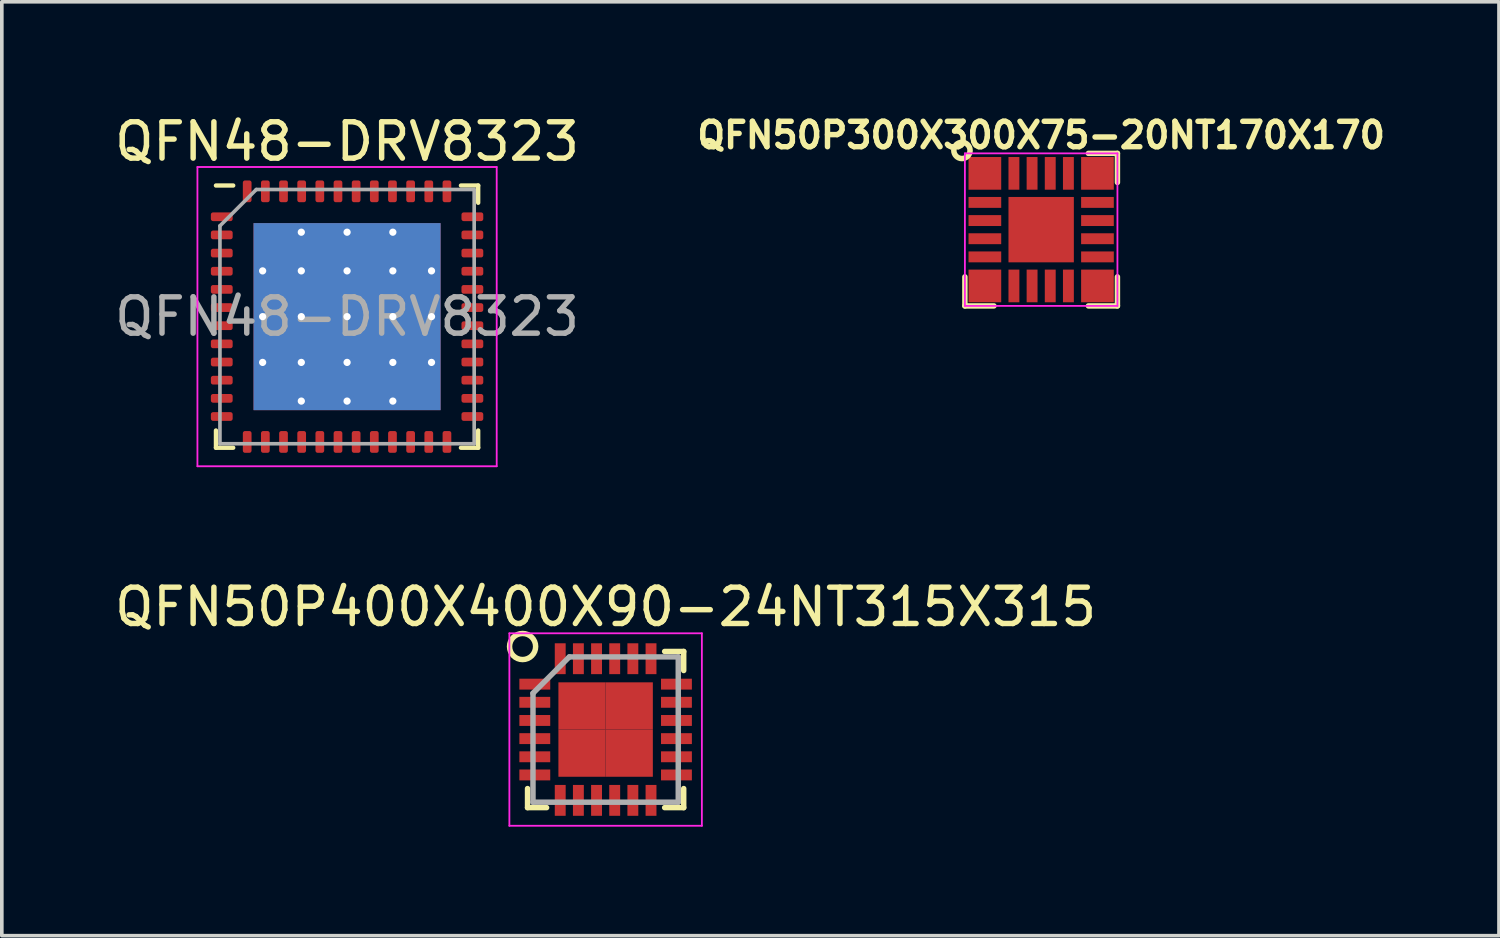
<source format=kicad_pcb>
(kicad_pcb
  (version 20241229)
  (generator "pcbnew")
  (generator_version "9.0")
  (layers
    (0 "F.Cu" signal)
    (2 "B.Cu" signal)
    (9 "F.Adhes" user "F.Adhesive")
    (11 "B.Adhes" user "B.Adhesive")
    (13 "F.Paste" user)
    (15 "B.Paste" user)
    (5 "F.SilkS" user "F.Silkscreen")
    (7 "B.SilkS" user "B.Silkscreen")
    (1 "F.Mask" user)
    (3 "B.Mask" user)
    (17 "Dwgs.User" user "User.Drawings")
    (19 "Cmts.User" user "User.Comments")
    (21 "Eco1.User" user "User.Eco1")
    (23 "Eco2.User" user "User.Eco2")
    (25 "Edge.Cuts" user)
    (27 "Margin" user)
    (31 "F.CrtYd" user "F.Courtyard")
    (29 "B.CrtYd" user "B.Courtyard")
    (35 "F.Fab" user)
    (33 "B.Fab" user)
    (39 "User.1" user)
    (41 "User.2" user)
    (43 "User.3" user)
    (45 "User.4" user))
  (footprint "QFN50P300X300X75-20NT170X170"
    (layer "F.Cu")
    (at 25.617 3.273)
    (property "Reference" "QFN50P300X300X75-20NT170X170" (at 0 -2.6 0) (layer "F.SilkS") (effects (font (size 0.7 0.7) (thickness 0.15))))
    (attr smd)
    (fp_line (start -2.1 2.1) (end -2.1 1.3) (stroke (width 0.15) (type solid)) (layer "F.SilkS"))
    (fp_line (start -2.1 2.1) (end -1.3 2.1) (stroke (width 0.15) (type solid)) (layer "F.SilkS"))
    (fp_line (start 2.1 -2.1) (end 1.3 -2.1) (stroke (width 0.15) (type solid)) (layer "F.SilkS"))
    (fp_line (start 2.1 -2.1) (end 2.1 -1.3) (stroke (width 0.15) (type solid)) (layer "F.SilkS"))
    (fp_line (start 2.1 2.1) (end 1.3 2.1) (stroke (width 0.15) (type solid)) (layer "F.SilkS"))
    (fp_line (start 2.1 2.1) (end 2.1 1.3) (stroke (width 0.15) (type solid)) (layer "F.SilkS"))
    (fp_circle (center -2.181 -2.181) (end -2.081 -1.981) (stroke (width 0.152) (type solid)) (fill no) (layer "F.SilkS"))
    (fp_line (start -2.1 -2.1) (end -2.1 2.1) (stroke (width 0.05) (type solid)) (layer "F.CrtYd"))
    (fp_line (start -2.1 -2.1) (end 2.1 -2.1) (stroke (width 0.05) (type solid)) (layer "F.CrtYd"))
    (fp_line (start -2.1 2.1) (end 2.1 2.1) (stroke (width 0.05) (type solid)) (layer "F.CrtYd"))
    (fp_line (start 2.1 -2.1) (end 2.1 2.1) (stroke (width 0.05) (type solid)) (layer "F.CrtYd"))
    (pad "1" smd rect (at -1.55 -1.55) (size 0.9 0.9) (layers "F.Cu" "F.Mask" "F.Paste"))
    (pad "2" smd rect (at -1.55 -0.75) (size 0.9 0.3) (layers "F.Cu" "F.Mask" "F.Paste"))
    (pad "3" smd rect (at -1.55 -0.25) (size 0.9 0.3) (layers "F.Cu" "F.Mask" "F.Paste"))
    (pad "4" smd rect (at -1.55 0.25) (size 0.9 0.3) (layers "F.Cu" "F.Mask" "F.Paste"))
    (pad "5" smd rect (at -1.55 0.75) (size 0.9 0.3) (layers "F.Cu" "F.Mask" "F.Paste"))
    (pad "6" smd rect (at -1.55 1.55) (size 0.9 0.9) (layers "F.Cu" "F.Mask" "F.Paste"))
    (pad "7" smd rect (at -0.75 1.55) (size 0.3 0.9) (layers "F.Cu" "F.Mask" "F.Paste"))
    (pad "8" smd rect (at -0.25 1.55) (size 0.3 0.9) (layers "F.Cu" "F.Mask" "F.Paste"))
    (pad "9" smd rect (at 0.25 1.55) (size 0.3 0.9) (layers "F.Cu" "F.Mask" "F.Paste"))
    (pad "10" smd rect (at 0.75 1.55) (size 0.3 0.9) (layers "F.Cu" "F.Mask" "F.Paste"))
    (pad "11" smd rect (at 1.55 1.55) (size 0.9 0.9) (layers "F.Cu" "F.Mask" "F.Paste"))
    (pad "12" smd rect (at 1.55 0.75) (size 0.9 0.3) (layers "F.Cu" "F.Mask" "F.Paste"))
    (pad "13" smd rect (at 1.55 0.25) (size 0.9 0.3) (layers "F.Cu" "F.Mask" "F.Paste"))
    (pad "14" smd rect (at 1.55 -0.25) (size 0.9 0.3) (layers "F.Cu" "F.Mask" "F.Paste"))
    (pad "15" smd rect (at 1.55 -0.75) (size 0.9 0.3) (layers "F.Cu" "F.Mask" "F.Paste"))
    (pad "16" smd rect (at 1.55 -1.55) (size 0.9 0.9) (layers "F.Cu" "F.Mask" "F.Paste"))
    (pad "17" smd rect (at 0.75 -1.55) (size 0.3 0.9) (layers "F.Cu" "F.Mask" "F.Paste"))
    (pad "18" smd rect (at 0.25 -1.55) (size 0.3 0.9) (layers "F.Cu" "F.Mask" "F.Paste"))
    (pad "19" smd rect (at -0.25 -1.55) (size 0.3 0.9) (layers "F.Cu" "F.Mask" "F.Paste"))
    (pad "20" smd rect (at -0.75 -1.55) (size 0.3 0.9) (layers "F.Cu" "F.Mask" "F.Paste"))
    (pad "21" smd rect (at 0 0) (size 1.8 1.8) (layers "F.Cu" "F.Mask" "F.Paste")))
  (footprint "QFN50P400X400X90-24NT315X315"
    (layer "F.Cu")
    (at 13.625 17.037)
    (property "Reference" "QFN50P400X400X90-24NT315X315" (at 0 -3.375 0) (layer "F.SilkS") (effects (font (size 1 1) (thickness 0.15))))
    (attr smd)
    (fp_line (start -2.15 2.15) (end -2.15 1.625) (stroke (width 0.15) (type solid)) (layer "F.SilkS"))
    (fp_line (start -2.15 2.15) (end -1.625 2.15) (stroke (width 0.15) (type solid)) (layer "F.SilkS"))
    (fp_line (start 2.15 -2.15) (end 1.625 -2.15) (stroke (width 0.15) (type solid)) (layer "F.SilkS"))
    (fp_line (start 2.15 -2.15) (end 2.15 -1.625) (stroke (width 0.15) (type solid)) (layer "F.SilkS"))
    (fp_line (start 2.15 2.15) (end 1.625 2.15) (stroke (width 0.15) (type solid)) (layer "F.SilkS"))
    (fp_line (start 2.15 2.15) (end 2.15 1.625) (stroke (width 0.15) (type solid)) (layer "F.SilkS"))
    (fp_circle (center -2.286 -2.286) (end -2.032 -2.032) (stroke (width 0.15) (type solid)) (fill no) (layer "F.SilkS"))
    (fp_line (start -2.65 -2.65) (end -2.65 2.65) (stroke (width 0.05) (type solid)) (layer "F.CrtYd"))
    (fp_line (start -2.65 -2.65) (end 2.65 -2.65) (stroke (width 0.05) (type solid)) (layer "F.CrtYd"))
    (fp_line (start -2.65 2.65) (end 2.65 2.65) (stroke (width 0.05) (type solid)) (layer "F.CrtYd"))
    (fp_line (start 2.65 -2.65) (end 2.65 2.65) (stroke (width 0.05) (type solid)) (layer "F.CrtYd"))
    (fp_line (start -2 -1) (end -1 -2) (stroke (width 0.15) (type solid)) (layer "F.Fab"))
    (fp_line (start -2 2) (end -2 -1) (stroke (width 0.15) (type solid)) (layer "F.Fab"))
    (fp_line (start -1 -2) (end 2 -2) (stroke (width 0.15) (type solid)) (layer "F.Fab"))
    (fp_line (start 2 -2) (end 2 2) (stroke (width 0.15) (type solid)) (layer "F.Fab"))
    (fp_line (start 2 2) (end -2 2) (stroke (width 0.15) (type solid)) (layer "F.Fab"))
    (pad "1" smd rect (at -1.95 -1.25) (size 0.85 0.3) (layers "F.Cu" "F.Mask" "F.Paste"))
    (pad "2" smd rect (at -1.95 -0.75) (size 0.85 0.3) (layers "F.Cu" "F.Mask" "F.Paste"))
    (pad "3" smd rect (at -1.95 -0.25) (size 0.85 0.3) (layers "F.Cu" "F.Mask" "F.Paste"))
    (pad "4" smd rect (at -1.95 0.25) (size 0.85 0.3) (layers "F.Cu" "F.Mask" "F.Paste"))
    (pad "5" smd rect (at -1.95 0.75) (size 0.85 0.3) (layers "F.Cu" "F.Mask" "F.Paste"))
    (pad "6" smd rect (at -1.95 1.25) (size 0.85 0.3) (layers "F.Cu" "F.Mask" "F.Paste"))
    (pad "7" smd rect (at -1.25 1.95 90) (size 0.85 0.3) (layers "F.Cu" "F.Mask" "F.Paste"))
    (pad "8" smd rect (at -0.75 1.95 90) (size 0.85 0.3) (layers "F.Cu" "F.Mask" "F.Paste"))
    (pad "9" smd rect (at -0.25 1.95 90) (size 0.85 0.3) (layers "F.Cu" "F.Mask" "F.Paste"))
    (pad "10" smd rect (at 0.25 1.95 90) (size 0.85 0.3) (layers "F.Cu" "F.Mask" "F.Paste"))
    (pad "11" smd rect (at 0.75 1.95 90) (size 0.85 0.3) (layers "F.Cu" "F.Mask" "F.Paste"))
    (pad "12" smd rect (at 1.25 1.95 90) (size 0.85 0.3) (layers "F.Cu" "F.Mask" "F.Paste"))
    (pad "13" smd rect (at 1.95 1.25) (size 0.85 0.3) (layers "F.Cu" "F.Mask" "F.Paste"))
    (pad "14" smd rect (at 1.95 0.75) (size 0.85 0.3) (layers "F.Cu" "F.Mask" "F.Paste"))
    (pad "15" smd rect (at 1.95 0.25) (size 0.85 0.3) (layers "F.Cu" "F.Mask" "F.Paste"))
    (pad "16" smd rect (at 1.95 -0.25) (size 0.85 0.3) (layers "F.Cu" "F.Mask" "F.Paste"))
    (pad "17" smd rect (at 1.95 -0.75) (size 0.85 0.3) (layers "F.Cu" "F.Mask" "F.Paste"))
    (pad "18" smd rect (at 1.95 -1.25) (size 0.85 0.3) (layers "F.Cu" "F.Mask" "F.Paste"))
    (pad "19" smd rect (at 1.25 -1.95 90) (size 0.85 0.3) (layers "F.Cu" "F.Mask" "F.Paste"))
    (pad "20" smd rect (at 0.75 -1.95 90) (size 0.85 0.3) (layers "F.Cu" "F.Mask" "F.Paste"))
    (pad "21" smd rect (at 0.25 -1.95 90) (size 0.85 0.3) (layers "F.Cu" "F.Mask" "F.Paste"))
    (pad "22" smd rect (at -0.25 -1.95 90) (size 0.85 0.3) (layers "F.Cu" "F.Mask" "F.Paste"))
    (pad "23" smd rect (at -0.75 -1.95 90) (size 0.85 0.3) (layers "F.Cu" "F.Mask" "F.Paste"))
    (pad "24" smd rect (at -1.25 -1.95 90) (size 0.85 0.3) (layers "F.Cu" "F.Mask" "F.Paste"))
    (pad "25" smd rect (at -0.65 -0.65) (size 1.3 1.3) (layers "F.Cu" "F.Mask" "F.Paste"))
    (pad "25" smd rect (at -0.65 0.65) (size 1.3 1.3) (layers "F.Cu" "F.Mask" "F.Paste"))
    (pad "25" smd rect (at 0.65 -0.65) (size 1.3 1.3) (layers "F.Cu" "F.Mask" "F.Paste"))
    (pad "25" smd rect (at 0.65 0.65) (size 1.3 1.3) (layers "F.Cu" "F.Mask" "F.Paste")))
  (footprint "QFN48-DRV8323"
    (layer "F.Cu")
    (at 6.506 5.668)
    (property "Reference" "QFN48-DRV8323" (at 0 -4.82 0) (layer "F.SilkS") (effects (font (size 1 1) (thickness 0.15))))
    (attr smd)
    (fp_line (start -3.61 3.61) (end -3.61 3.135) (stroke (width 0.12) (type solid)) (layer "F.SilkS"))
    (fp_line (start -3.135 -3.61) (end -3.61 -3.61) (stroke (width 0.12) (type solid)) (layer "F.SilkS"))
    (fp_line (start -3.135 3.61) (end -3.61 3.61) (stroke (width 0.12) (type solid)) (layer "F.SilkS"))
    (fp_line (start 3.135 -3.61) (end 3.61 -3.61) (stroke (width 0.12) (type solid)) (layer "F.SilkS"))
    (fp_line (start 3.135 3.61) (end 3.61 3.61) (stroke (width 0.12) (type solid)) (layer "F.SilkS"))
    (fp_line (start 3.61 -3.61) (end 3.61 -3.135) (stroke (width 0.12) (type solid)) (layer "F.SilkS"))
    (fp_line (start 3.61 3.61) (end 3.61 3.135) (stroke (width 0.12) (type solid)) (layer "F.SilkS"))
    (fp_line (start -4.12 -4.12) (end -4.12 4.12) (stroke (width 0.05) (type solid)) (layer "F.CrtYd"))
    (fp_line (start -4.12 4.12) (end 4.12 4.12) (stroke (width 0.05) (type solid)) (layer "F.CrtYd"))
    (fp_line (start 4.12 -4.12) (end -4.12 -4.12) (stroke (width 0.05) (type solid)) (layer "F.CrtYd"))
    (fp_line (start 4.12 4.12) (end 4.12 -4.12) (stroke (width 0.05) (type solid)) (layer "F.CrtYd"))
    (fp_line (start -3.5 -2.5) (end -2.5 -3.5) (stroke (width 0.1) (type solid)) (layer "F.Fab"))
    (fp_line (start -3.5 3.5) (end -3.5 -2.5) (stroke (width 0.1) (type solid)) (layer "F.Fab"))
    (fp_line (start -2.5 -3.5) (end 3.5 -3.5) (stroke (width 0.1) (type solid)) (layer "F.Fab"))
    (fp_line (start 3.5 -3.5) (end 3.5 3.5) (stroke (width 0.1) (type solid)) (layer "F.Fab"))
    (fp_line (start 3.5 3.5) (end -3.5 3.5) (stroke (width 0.1) (type solid)) (layer "F.Fab"))
    (fp_text user "${REFERENCE}" (at 0 0 0) (layer "F.Fab") (effects (font (size 1 1) (thickness 0.15))))
    (pad "" smd roundrect (at -1.792 -1.792) (size 0.85 0.85) (layers "F.Paste") (roundrect_rratio 0.228))
    (pad "" smd roundrect (at -1.792 -0.619) (size 0.85 0.85) (layers "F.Paste") (roundrect_rratio 0.228))
    (pad "" smd roundrect (at -1.792 0.619) (size 0.85 0.85) (layers "F.Paste") (roundrect_rratio 0.228))
    (pad "" smd roundrect (at -1.792 1.792) (size 0.85 0.85) (layers "F.Paste") (roundrect_rratio 0.228))
    (pad "" smd roundrect (at -0.63 -0.63) (size 1 1) (layers "F.Paste") (roundrect_rratio 0.228))
    (pad "" smd roundrect (at -0.63 0.63) (size 1 1) (layers "F.Paste") (roundrect_rratio 0.228))
    (pad "" smd roundrect (at -0.619 -1.792) (size 0.85 0.85) (layers "F.Paste") (roundrect_rratio 0.228))
    (pad "" smd roundrect (at -0.619 1.792) (size 0.85 0.85) (layers "F.Paste") (roundrect_rratio 0.228))
    (pad "" smd roundrect (at 0.619 -1.792) (size 0.85 0.85) (layers "F.Paste") (roundrect_rratio 0.228))
    (pad "" smd roundrect (at 0.619 1.792) (size 0.85 0.85) (layers "F.Paste") (roundrect_rratio 0.228))
    (pad "" smd roundrect (at 0.63 -0.63) (size 1 1) (layers "F.Paste") (roundrect_rratio 0.228))
    (pad "" smd roundrect (at 0.63 0.63) (size 1 1) (layers "F.Paste") (roundrect_rratio 0.228))
    (pad "" smd roundrect (at 1.792 -1.792) (size 0.85 0.85) (layers "F.Paste") (roundrect_rratio 0.228))
    (pad "" smd roundrect (at 1.792 -0.619) (size 0.85 0.85) (layers "F.Paste") (roundrect_rratio 0.228))
    (pad "" smd roundrect (at 1.792 0.619) (size 0.85 0.85) (layers "F.Paste") (roundrect_rratio 0.228))
    (pad "" smd roundrect (at 1.792 1.792) (size 0.85 0.85) (layers "F.Paste") (roundrect_rratio 0.228))
    (pad "1" smd roundrect (at -3.45 -2.75) (size 0.6 0.24) (layers "F.Cu" "F.Mask" "F.Paste") (roundrect_rratio 0.25))
    (pad "2" smd roundrect (at -3.45 -2.25) (size 0.6 0.24) (layers "F.Cu" "F.Mask" "F.Paste") (roundrect_rratio 0.25))
    (pad "3" smd roundrect (at -3.45 -1.75) (size 0.6 0.24) (layers "F.Cu" "F.Mask" "F.Paste") (roundrect_rratio 0.25))
    (pad "4" smd roundrect (at -3.45 -1.25) (size 0.6 0.24) (layers "F.Cu" "F.Mask" "F.Paste") (roundrect_rratio 0.25))
    (pad "5" smd roundrect (at -3.45 -0.75) (size 0.6 0.24) (layers "F.Cu" "F.Mask" "F.Paste") (roundrect_rratio 0.25))
    (pad "6" smd roundrect (at -3.45 -0.25) (size 0.6 0.24) (layers "F.Cu" "F.Mask" "F.Paste") (roundrect_rratio 0.25))
    (pad "7" smd roundrect (at -3.45 0.25) (size 0.6 0.24) (layers "F.Cu" "F.Mask" "F.Paste") (roundrect_rratio 0.25))
    (pad "8" smd roundrect (at -3.45 0.75) (size 0.6 0.24) (layers "F.Cu" "F.Mask" "F.Paste") (roundrect_rratio 0.25))
    (pad "9" smd roundrect (at -3.45 1.25) (size 0.6 0.24) (layers "F.Cu" "F.Mask" "F.Paste") (roundrect_rratio 0.25))
    (pad "10" smd roundrect (at -3.45 1.75) (size 0.6 0.24) (layers "F.Cu" "F.Mask" "F.Paste") (roundrect_rratio 0.25))
    (pad "11" smd roundrect (at -3.45 2.25) (size 0.6 0.24) (layers "F.Cu" "F.Mask" "F.Paste") (roundrect_rratio 0.25))
    (pad "12" smd roundrect (at -3.45 2.75) (size 0.6 0.24) (layers "F.Cu" "F.Mask" "F.Paste") (roundrect_rratio 0.25))
    (pad "13" smd roundrect (at -2.75 3.45) (size 0.24 0.6) (layers "F.Cu" "F.Mask" "F.Paste") (roundrect_rratio 0.25))
    (pad "14" smd roundrect (at -2.25 3.45) (size 0.24 0.6) (layers "F.Cu" "F.Mask" "F.Paste") (roundrect_rratio 0.25))
    (pad "15" smd roundrect (at -1.75 3.45) (size 0.24 0.6) (layers "F.Cu" "F.Mask" "F.Paste") (roundrect_rratio 0.25))
    (pad "16" smd roundrect (at -1.25 3.45) (size 0.24 0.6) (layers "F.Cu" "F.Mask" "F.Paste") (roundrect_rratio 0.25))
    (pad "17" smd roundrect (at -0.75 3.45) (size 0.24 0.6) (layers "F.Cu" "F.Mask" "F.Paste") (roundrect_rratio 0.25))
    (pad "18" smd roundrect (at -0.25 3.45) (size 0.24 0.6) (layers "F.Cu" "F.Mask" "F.Paste") (roundrect_rratio 0.25))
    (pad "19" smd roundrect (at 0.25 3.45) (size 0.24 0.6) (layers "F.Cu" "F.Mask" "F.Paste") (roundrect_rratio 0.25))
    (pad "20" smd roundrect (at 0.75 3.45) (size 0.24 0.6) (layers "F.Cu" "F.Mask" "F.Paste") (roundrect_rratio 0.25))
    (pad "21" smd roundrect (at 1.25 3.45) (size 0.24 0.6) (layers "F.Cu" "F.Mask" "F.Paste") (roundrect_rratio 0.25))
    (pad "22" smd roundrect (at 1.75 3.45) (size 0.24 0.6) (layers "F.Cu" "F.Mask" "F.Paste") (roundrect_rratio 0.25))
    (pad "23" smd roundrect (at 2.25 3.45) (size 0.24 0.6) (layers "F.Cu" "F.Mask" "F.Paste") (roundrect_rratio 0.25))
    (pad "24" smd roundrect (at 2.75 3.45) (size 0.24 0.6) (layers "F.Cu" "F.Mask" "F.Paste") (roundrect_rratio 0.25))
    (pad "25" smd roundrect (at 3.45 2.75) (size 0.6 0.24) (layers "F.Cu" "F.Mask" "F.Paste") (roundrect_rratio 0.25))
    (pad "26" smd roundrect (at 3.45 2.25) (size 0.6 0.24) (layers "F.Cu" "F.Mask" "F.Paste") (roundrect_rratio 0.25))
    (pad "27" smd roundrect (at 3.45 1.75) (size 0.6 0.24) (layers "F.Cu" "F.Mask" "F.Paste") (roundrect_rratio 0.25))
    (pad "28" smd roundrect (at 3.45 1.25) (size 0.6 0.24) (layers "F.Cu" "F.Mask" "F.Paste") (roundrect_rratio 0.25))
    (pad "29" smd roundrect (at 3.45 0.75) (size 0.6 0.24) (layers "F.Cu" "F.Mask" "F.Paste") (roundrect_rratio 0.25))
    (pad "30" smd roundrect (at 3.45 0.25) (size 0.6 0.24) (layers "F.Cu" "F.Mask" "F.Paste") (roundrect_rratio 0.25))
    (pad "31" smd roundrect (at 3.45 -0.25) (size 0.6 0.24) (layers "F.Cu" "F.Mask" "F.Paste") (roundrect_rratio 0.25))
    (pad "32" smd roundrect (at 3.45 -0.75) (size 0.6 0.24) (layers "F.Cu" "F.Mask" "F.Paste") (roundrect_rratio 0.25))
    (pad "33" smd roundrect (at 3.45 -1.25) (size 0.6 0.24) (layers "F.Cu" "F.Mask" "F.Paste") (roundrect_rratio 0.25))
    (pad "34" smd roundrect (at 3.45 -1.75) (size 0.6 0.24) (layers "F.Cu" "F.Mask" "F.Paste") (roundrect_rratio 0.25))
    (pad "35" smd roundrect (at 3.45 -2.25) (size 0.6 0.24) (layers "F.Cu" "F.Mask" "F.Paste") (roundrect_rratio 0.25))
    (pad "36" smd roundrect (at 3.45 -2.75) (size 0.6 0.24) (layers "F.Cu" "F.Mask" "F.Paste") (roundrect_rratio 0.25))
    (pad "37" smd roundrect (at 2.75 -3.45) (size 0.24 0.6) (layers "F.Cu" "F.Mask" "F.Paste") (roundrect_rratio 0.25))
    (pad "38" smd roundrect (at 2.25 -3.45) (size 0.24 0.6) (layers "F.Cu" "F.Mask" "F.Paste") (roundrect_rratio 0.25))
    (pad "39" smd roundrect (at 1.75 -3.45) (size 0.24 0.6) (layers "F.Cu" "F.Mask" "F.Paste") (roundrect_rratio 0.25))
    (pad "40" smd roundrect (at 1.25 -3.45) (size 0.24 0.6) (layers "F.Cu" "F.Mask" "F.Paste") (roundrect_rratio 0.25))
    (pad "41" smd roundrect (at 0.75 -3.45) (size 0.24 0.6) (layers "F.Cu" "F.Mask" "F.Paste") (roundrect_rratio 0.25))
    (pad "42" smd roundrect (at 0.25 -3.45) (size 0.24 0.6) (layers "F.Cu" "F.Mask" "F.Paste") (roundrect_rratio 0.25))
    (pad "43" smd roundrect (at -0.25 -3.45) (size 0.24 0.6) (layers "F.Cu" "F.Mask" "F.Paste") (roundrect_rratio 0.25))
    (pad "44" smd roundrect (at -0.75 -3.45) (size 0.24 0.6) (layers "F.Cu" "F.Mask" "F.Paste") (roundrect_rratio 0.25))
    (pad "45" smd roundrect (at -1.25 -3.45) (size 0.24 0.6) (layers "F.Cu" "F.Mask" "F.Paste") (roundrect_rratio 0.25))
    (pad "46" smd roundrect (at -1.75 -3.45) (size 0.24 0.6) (layers "F.Cu" "F.Mask" "F.Paste") (roundrect_rratio 0.25))
    (pad "47" smd roundrect (at -2.25 -3.45) (size 0.24 0.6) (layers "F.Cu" "F.Mask" "F.Paste") (roundrect_rratio 0.25))
    (pad "48" smd roundrect (at -2.75 -3.45) (size 0.24 0.6) (layers "F.Cu" "F.Mask" "F.Paste") (roundrect_rratio 0.25))
    (pad "49" thru_hole circle (at -2.325 -1.26) (size 0.4 0.4) (drill 0.2) (layers "*.Cu"))
    (pad "49" thru_hole circle (at -2.325 0) (size 0.4 0.4) (drill 0.2) (layers "*.Cu"))
    (pad "49" thru_hole circle (at -2.325 1.26) (size 0.4 0.4) (drill 0.2) (layers "*.Cu"))
    (pad "49" thru_hole circle (at -1.26 -2.325) (size 0.4 0.4) (drill 0.2) (layers "*.Cu"))
    (pad "49" thru_hole circle (at -1.26 -1.26) (size 0.4 0.4) (drill 0.2) (layers "*.Cu"))
    (pad "49" thru_hole circle (at -1.26 0) (size 0.4 0.4) (drill 0.2) (layers "*.Cu"))
    (pad "49" thru_hole circle (at -1.26 1.26) (size 0.4 0.4) (drill 0.2) (layers "*.Cu"))
    (pad "49" thru_hole circle (at -1.26 2.325) (size 0.4 0.4) (drill 0.2) (layers "*.Cu"))
    (pad "49" thru_hole circle (at 0 -2.325) (size 0.4 0.4) (drill 0.2) (layers "*.Cu"))
    (pad "49" thru_hole circle (at 0 -1.26) (size 0.4 0.4) (drill 0.2) (layers "*.Cu"))
    (pad "49" thru_hole circle (at 0 0) (size 0.4 0.4) (drill 0.2) (layers "*.Cu"))
    (pad "49" smd rect (at 0 0) (size 5.15 5.15) (layers "F.Cu" "F.Mask"))
    (pad "49" smd rect (at 0 0) (size 5.15 5.15) (layers "B.Cu"))
    (pad "49" thru_hole circle (at 0 1.26) (size 0.4 0.4) (drill 0.2) (layers "*.Cu"))
    (pad "49" thru_hole circle (at 0 2.325) (size 0.4 0.4) (drill 0.2) (layers "*.Cu"))
    (pad "49" thru_hole circle (at 1.26 -2.325) (size 0.4 0.4) (drill 0.2) (layers "*.Cu"))
    (pad "49" thru_hole circle (at 1.26 -1.26) (size 0.4 0.4) (drill 0.2) (layers "*.Cu"))
    (pad "49" thru_hole circle (at 1.26 0) (size 0.4 0.4) (drill 0.2) (layers "*.Cu"))
    (pad "49" thru_hole circle (at 1.26 1.26) (size 0.4 0.4) (drill 0.2) (layers "*.Cu"))
    (pad "49" thru_hole circle (at 1.26 2.325) (size 0.4 0.4) (drill 0.2) (layers "*.Cu"))
    (pad "49" thru_hole circle (at 2.325 -1.26) (size 0.4 0.4) (drill 0.2) (layers "*.Cu"))
    (pad "49" thru_hole circle (at 2.325 0) (size 0.4 0.4) (drill 0.2) (layers "*.Cu"))
    (pad "49" thru_hole circle (at 2.325 1.26) (size 0.4 0.4) (drill 0.2) (layers "*.Cu")))
  (gr_rect
    (start -3 -3)
    (end 38.222 22.712)
    (stroke (width 0.1) (type default))
    (fill no)
    (layer "Edge.Cuts")))
</source>
